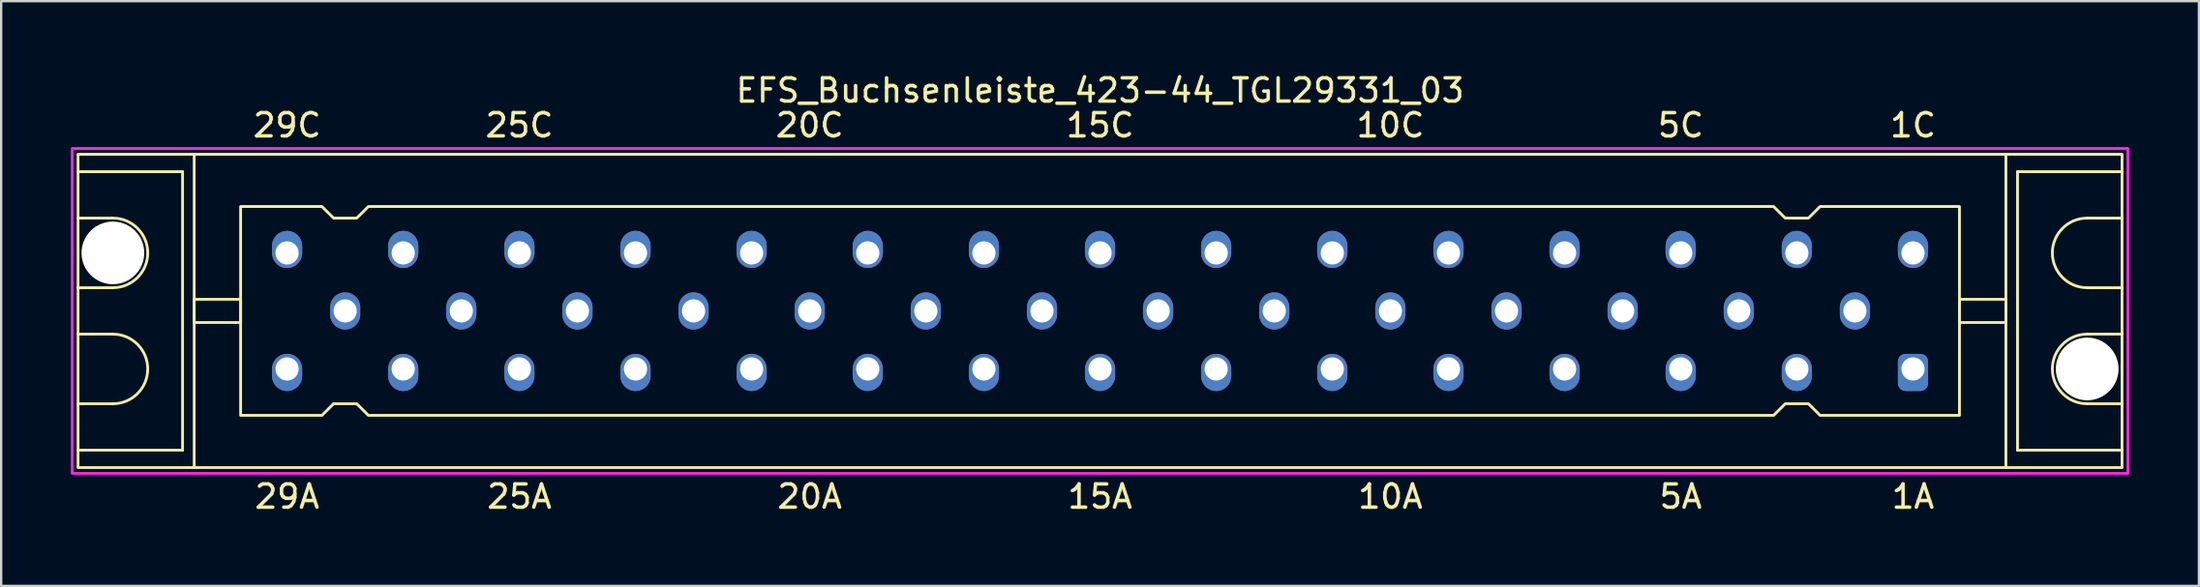
<source format=kicad_pcb>
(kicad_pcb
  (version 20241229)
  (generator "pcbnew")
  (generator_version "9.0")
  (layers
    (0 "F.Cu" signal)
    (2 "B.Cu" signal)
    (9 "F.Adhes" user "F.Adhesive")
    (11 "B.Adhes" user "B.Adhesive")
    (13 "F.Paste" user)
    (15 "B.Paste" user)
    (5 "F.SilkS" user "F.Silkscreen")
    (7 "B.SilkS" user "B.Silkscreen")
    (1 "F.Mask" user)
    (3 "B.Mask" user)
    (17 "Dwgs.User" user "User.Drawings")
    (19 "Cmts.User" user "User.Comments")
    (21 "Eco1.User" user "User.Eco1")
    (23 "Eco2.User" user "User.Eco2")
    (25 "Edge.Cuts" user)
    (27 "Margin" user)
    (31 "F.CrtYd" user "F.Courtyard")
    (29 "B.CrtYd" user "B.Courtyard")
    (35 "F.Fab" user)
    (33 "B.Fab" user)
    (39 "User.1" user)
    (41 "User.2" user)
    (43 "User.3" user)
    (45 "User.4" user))
  (footprint "EFS_Buchsenleiste_423-44_TGL29331_03"
    (layer "F.Cu")
    (at 44.31 10.348)
    (property "Reference" "EFS_Buchsenleiste_423-44_TGL29331_03" (at 0 -9.5 180) (layer "F.SilkS") (effects (font (size 1 1) (thickness 0.15))))
    (attr through_hole)
    (fp_line (start -44 -6) (end -39.5 -6) (stroke (width 0.12) (type solid)) (layer "F.SilkS"))
    (fp_line (start -42.5 -4) (end -44 -4) (stroke (width 0.12) (type solid)) (layer "F.SilkS"))
    (fp_line (start -42.5 -1) (end -44 -1) (stroke (width 0.12) (type solid)) (layer "F.SilkS"))
    (fp_line (start -42.5 1) (end -44 1) (stroke (width 0.12) (type solid)) (layer "F.SilkS"))
    (fp_line (start -42.5 4) (end -44 4) (stroke (width 0.12) (type solid)) (layer "F.SilkS"))
    (fp_line (start -39.5 -6) (end -39.5 6) (stroke (width 0.12) (type solid)) (layer "F.SilkS"))
    (fp_line (start -39.5 6) (end -44 6) (stroke (width 0.12) (type solid)) (layer "F.SilkS"))
    (fp_line (start -39 6.75) (end -39 -6.75) (stroke (width 0.12) (type solid)) (layer "F.SilkS"))
    (fp_line (start 39 6.75) (end 39 -6.75) (stroke (width 0.12) (type solid)) (layer "F.SilkS"))
    (fp_line (start 39.5 -6) (end 39.5 6) (stroke (width 0.12) (type solid)) (layer "F.SilkS"))
    (fp_line (start 39.5 6) (end 44 6) (stroke (width 0.12) (type solid)) (layer "F.SilkS"))
    (fp_line (start 42.5 -4) (end 44 -4) (stroke (width 0.12) (type solid)) (layer "F.SilkS"))
    (fp_line (start 42.5 -1) (end 44 -1) (stroke (width 0.12) (type solid)) (layer "F.SilkS"))
    (fp_line (start 42.5 1) (end 44 1) (stroke (width 0.12) (type solid)) (layer "F.SilkS"))
    (fp_line (start 42.5 4) (end 44 4) (stroke (width 0.12) (type solid)) (layer "F.SilkS"))
    (fp_line (start 44 -6) (end 39.5 -6) (stroke (width 0.12) (type solid)) (layer "F.SilkS"))
    (fp_rect (start -44 -6.75) (end 44 6.75) (stroke (width 0.12) (type solid)) (fill no) (layer "F.SilkS"))
    (fp_rect (start -39 -0.5) (end -37 0.5) (stroke (width 0.12) (type solid)) (fill no) (layer "F.SilkS"))
    (fp_rect (start 39 -0.5) (end 37 0.5) (stroke (width 0.12) (type solid)) (fill no) (layer "F.SilkS"))
    (fp_arc (start -42.5 -4) (mid -41 -2.5) (end -42.5 -1) (stroke (width 0.12) (type solid)) (layer "F.SilkS"))
    (fp_arc (start -42.5 1) (mid -41 2.5) (end -42.5 4) (stroke (width 0.12) (type solid)) (layer "F.SilkS"))
    (fp_arc (start 42.5 -1) (mid 41 -2.5) (end 42.5 -4) (stroke (width 0.12) (type solid)) (layer "F.SilkS"))
    (fp_arc (start 42.5 4) (mid 41 2.5) (end 42.5 1) (stroke (width 0.12) (type solid)) (layer "F.SilkS"))
    (fp_poly (pts (xy -33 -4) (xy -32 -4) (xy -31.5 -4.5) (xy 29 -4.5) (xy 29.5 -4) (xy 30.5 -4) (xy 31 -4.5) (xy 37 -4.5) (xy 37 4.5) (xy 31 4.5) (xy 30.5 4) (xy 29.5 4) (xy 29 4.5) (xy -31.5 4.5) (xy -32 4) (xy -33 4) (xy -33.5 4.5) (xy -37 4.5) (xy -37 -4.5) (xy -33.5 -4.5)) (stroke (width 0.12) (type solid)) (fill no) (layer "F.SilkS"))
    (fp_rect (start -44.25 -7) (end 44.25 7) (stroke (width 0.12) (type solid)) (fill no) (layer "F.CrtYd"))
    (fp_text user "29C" (at -35 -8 180) (layer "F.SilkS") (effects (font (size 1 1) (thickness 0.15))))
    (fp_text user "5C" (at 25 -8 180) (layer "F.SilkS") (effects (font (size 1 1) (thickness 0.15))))
    (fp_text user "10A" (at 12.5 8 180) (layer "F.SilkS") (effects (font (size 1 1) (thickness 0.15))))
    (fp_text user "15C" (at 0 -8 180) (layer "F.SilkS") (effects (font (size 1 1) (thickness 0.15))))
    (fp_text user "25C" (at -25 -8 180) (layer "F.SilkS") (effects (font (size 1 1) (thickness 0.15))))
    (fp_text user "1A" (at 35 8 180) (layer "F.SilkS") (effects (font (size 1 1) (thickness 0.15))))
    (fp_text user "29A" (at -35 8 180) (layer "F.SilkS") (effects (font (size 1 1) (thickness 0.15))))
    (fp_text user "15A" (at 0 8 180) (layer "F.SilkS") (effects (font (size 1 1) (thickness 0.15))))
    (fp_text user "1C" (at 35 -8 180) (layer "F.SilkS") (effects (font (size 1 1) (thickness 0.15))))
    (fp_text user "5A" (at 25 8 180) (layer "F.SilkS") (effects (font (size 1 1) (thickness 0.15))))
    (fp_text user "20C" (at -12.5 -8 180) (layer "F.SilkS") (effects (font (size 1 1) (thickness 0.15))))
    (fp_text user "25A" (at -25 8 180) (layer "F.SilkS") (effects (font (size 1 1) (thickness 0.15))))
    (fp_text user "10C" (at 12.5 -8 180) (layer "F.SilkS") (effects (font (size 1 1) (thickness 0.15))))
    (fp_text user "20A" (at -12.5 8 180) (layer "F.SilkS") (effects (font (size 1 1) (thickness 0.15))))
    (pad "" np_thru_hole circle (at -42.5 -2.5) (size 2.7 2.7) (drill 2.7) (layers "*.Cu" "*.Mask"))
    (pad "" np_thru_hole circle (at 42.5 2.5) (size 2.7 2.7) (drill 2.7) (layers "*.Cu" "*.Mask"))
    (pad "1a" thru_hole roundrect (at 35 2.5 180) (size 1.3 1.6) (drill 1 (offset 0 -0.15)) (layers "*.Cu" "*.Mask") (roundrect_rratio 0.25))
    (pad "1c" thru_hole oval (at 35 -2.5 180) (size 1.3 1.6) (drill 1 (offset 0 0.15)) (layers "*.Cu" "*.Mask"))
    (pad "2b" thru_hole oval (at 32.5 0 180) (size 1.3 1.6) (drill 1) (layers "*.Cu" "*.Mask"))
    (pad "3a" thru_hole oval (at 30 2.5 180) (size 1.3 1.6) (drill 1 (offset 0 -0.15)) (layers "*.Cu" "*.Mask"))
    (pad "3c" thru_hole oval (at 30 -2.5 180) (size 1.3 1.6) (drill 1 (offset 0 0.15)) (layers "*.Cu" "*.Mask"))
    (pad "4b" thru_hole oval (at 27.5 0 180) (size 1.3 1.6) (drill 1) (layers "*.Cu" "*.Mask"))
    (pad "5a" thru_hole oval (at 25 2.5 180) (size 1.3 1.6) (drill 1 (offset 0 -0.15)) (layers "*.Cu" "*.Mask"))
    (pad "5c" thru_hole oval (at 25 -2.5 180) (size 1.3 1.6) (drill 1 (offset 0 0.15)) (layers "*.Cu" "*.Mask"))
    (pad "6b" thru_hole oval (at 22.5 0 180) (size 1.3 1.6) (drill 1) (layers "*.Cu" "*.Mask"))
    (pad "7a" thru_hole oval (at 20 2.5 180) (size 1.3 1.6) (drill 1 (offset 0 -0.15)) (layers "*.Cu" "*.Mask"))
    (pad "7c" thru_hole oval (at 20 -2.5 180) (size 1.3 1.6) (drill 1 (offset 0 0.15)) (layers "*.Cu" "*.Mask"))
    (pad "8b" thru_hole oval (at 17.5 0 180) (size 1.3 1.6) (drill 1) (layers "*.Cu" "*.Mask"))
    (pad "9a" thru_hole oval (at 15 2.5 180) (size 1.3 1.6) (drill 1 (offset 0 -0.15)) (layers "*.Cu" "*.Mask"))
    (pad "9c" thru_hole oval (at 15 -2.5 180) (size 1.3 1.6) (drill 1 (offset 0 0.15)) (layers "*.Cu" "*.Mask"))
    (pad "10b" thru_hole oval (at 12.5 0 180) (size 1.3 1.6) (drill 1) (layers "*.Cu" "*.Mask"))
    (pad "11a" thru_hole oval (at 10 2.5 180) (size 1.3 1.6) (drill 1 (offset 0 -0.15)) (layers "*.Cu" "*.Mask"))
    (pad "11c" thru_hole oval (at 10 -2.5 180) (size 1.3 1.6) (drill 1 (offset 0 0.15)) (layers "*.Cu" "*.Mask"))
    (pad "12b" thru_hole oval (at 7.5 0 180) (size 1.3 1.6) (drill 1) (layers "*.Cu" "*.Mask"))
    (pad "13a" thru_hole oval (at 5 2.5 180) (size 1.3 1.6) (drill 1 (offset 0 -0.15)) (layers "*.Cu" "*.Mask"))
    (pad "13c" thru_hole oval (at 5 -2.5 180) (size 1.3 1.6) (drill 1 (offset 0 0.15)) (layers "*.Cu" "*.Mask"))
    (pad "14b" thru_hole oval (at 2.5 0 180) (size 1.3 1.6) (drill 1) (layers "*.Cu" "*.Mask"))
    (pad "15a" thru_hole oval (at 0 2.5 180) (size 1.3 1.6) (drill 1 (offset 0 -0.15)) (layers "*.Cu" "*.Mask"))
    (pad "15c" thru_hole oval (at 0 -2.5 180) (size 1.3 1.6) (drill 1 (offset 0 0.15)) (layers "*.Cu" "*.Mask"))
    (pad "16b" thru_hole oval (at -2.5 0 180) (size 1.3 1.6) (drill 1) (layers "*.Cu" "*.Mask"))
    (pad "17a" thru_hole oval (at -5 2.5 180) (size 1.3 1.6) (drill 1 (offset 0 -0.15)) (layers "*.Cu" "*.Mask"))
    (pad "17c" thru_hole oval (at -5 -2.5 180) (size 1.3 1.6) (drill 1 (offset 0 0.15)) (layers "*.Cu" "*.Mask"))
    (pad "18b" thru_hole oval (at -7.5 0 180) (size 1.3 1.6) (drill 1) (layers "*.Cu" "*.Mask"))
    (pad "19a" thru_hole oval (at -10 2.5 180) (size 1.3 1.6) (drill 1 (offset 0 -0.15)) (layers "*.Cu" "*.Mask"))
    (pad "19c" thru_hole oval (at -10 -2.5 180) (size 1.3 1.6) (drill 1 (offset 0 0.15)) (layers "*.Cu" "*.Mask"))
    (pad "20b" thru_hole oval (at -12.5 0 180) (size 1.3 1.6) (drill 1) (layers "*.Cu" "*.Mask"))
    (pad "21a" thru_hole oval (at -15 2.5 180) (size 1.3 1.6) (drill 1 (offset 0 -0.15)) (layers "*.Cu" "*.Mask"))
    (pad "21c" thru_hole oval (at -15 -2.5 180) (size 1.3 1.6) (drill 1 (offset 0 0.15)) (layers "*.Cu" "*.Mask"))
    (pad "22b" thru_hole oval (at -17.5 0 180) (size 1.3 1.6) (drill 1) (layers "*.Cu" "*.Mask"))
    (pad "23a" thru_hole oval (at -20 2.5 180) (size 1.3 1.6) (drill 1 (offset 0 -0.15)) (layers "*.Cu" "*.Mask"))
    (pad "23c" thru_hole oval (at -20 -2.5 180) (size 1.3 1.6) (drill 1 (offset 0 0.15)) (layers "*.Cu" "*.Mask"))
    (pad "24b" thru_hole oval (at -22.5 0 180) (size 1.3 1.6) (drill 1) (layers "*.Cu" "*.Mask"))
    (pad "25a" thru_hole oval (at -25 2.5 180) (size 1.3 1.6) (drill 1 (offset 0 -0.15)) (layers "*.Cu" "*.Mask"))
    (pad "25c" thru_hole oval (at -25 -2.5 180) (size 1.3 1.6) (drill 1 (offset 0 0.15)) (layers "*.Cu" "*.Mask"))
    (pad "26b" thru_hole oval (at -27.5 0 180) (size 1.3 1.6) (drill 1) (layers "*.Cu" "*.Mask"))
    (pad "27a" thru_hole oval (at -30 2.5 180) (size 1.3 1.6) (drill 1 (offset 0 -0.15)) (layers "*.Cu" "*.Mask"))
    (pad "27c" thru_hole oval (at -30 -2.5 180) (size 1.3 1.6) (drill 1 (offset 0 0.15)) (layers "*.Cu" "*.Mask"))
    (pad "28b" thru_hole oval (at -32.5 0 180) (size 1.3 1.6) (drill 1) (layers "*.Cu" "*.Mask"))
    (pad "29a" thru_hole oval (at -35 2.5 180) (size 1.3 1.6) (drill 1 (offset 0 -0.15)) (layers "*.Cu" "*.Mask"))
    (pad "29c" thru_hole oval (at -35 -2.5 180) (size 1.3 1.6) (drill 1 (offset 0 0.15)) (layers "*.Cu" "*.Mask")))
  (gr_rect
    (start -3 -3)
    (end 91.62 22.197)
    (stroke (width 0.1) (type default))
    (fill no)
    (layer "Edge.Cuts")))
</source>
